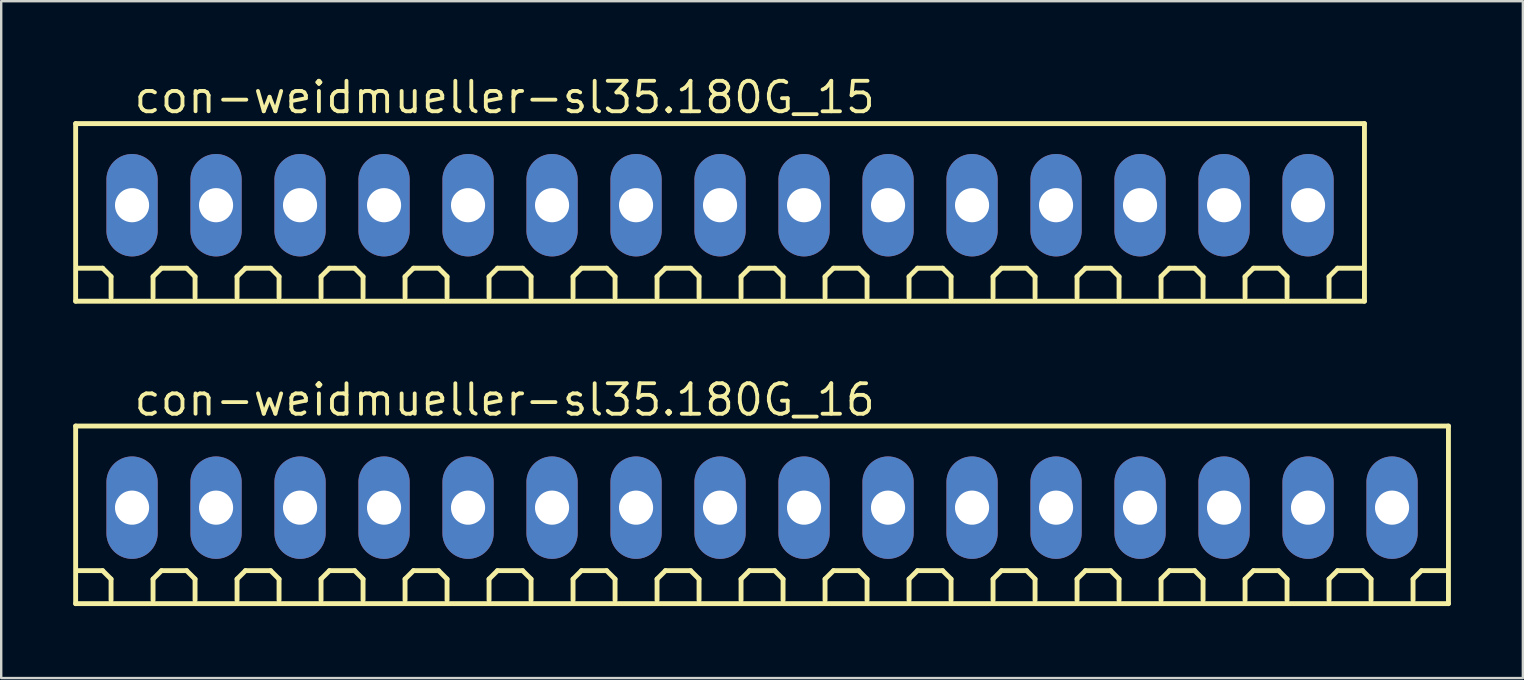
<source format=kicad_pcb>
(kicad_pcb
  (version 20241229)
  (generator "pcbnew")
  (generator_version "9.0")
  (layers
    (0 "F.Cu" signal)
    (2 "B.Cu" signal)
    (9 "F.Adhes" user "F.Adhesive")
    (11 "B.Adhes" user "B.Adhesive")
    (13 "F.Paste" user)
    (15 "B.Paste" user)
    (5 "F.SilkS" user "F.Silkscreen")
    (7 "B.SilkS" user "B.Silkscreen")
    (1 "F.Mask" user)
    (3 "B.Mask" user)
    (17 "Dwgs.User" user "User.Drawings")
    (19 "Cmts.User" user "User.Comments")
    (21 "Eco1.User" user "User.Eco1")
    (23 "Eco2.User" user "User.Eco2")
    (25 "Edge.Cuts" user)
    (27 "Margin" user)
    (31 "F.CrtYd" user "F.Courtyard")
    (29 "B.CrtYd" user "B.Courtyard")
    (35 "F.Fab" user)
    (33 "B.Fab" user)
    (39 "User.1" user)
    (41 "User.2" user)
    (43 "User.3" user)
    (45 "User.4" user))
  (footprint "con-weidmueller-sl35.180G_16"
    (layer "F.Cu")
    (at 28.702 18.102)
    (property "Reference" "con-weidmueller-sl35.180G_16" (at -26.25 -3.75 0) (layer "F.SilkS") (effects (font (size 1.27 1.27) (thickness 0.16)) (justify left bottom)))
    (attr through_hole)
    (fp_line (start -28.6 -3.4) (end 28.6 -3.4) (stroke (width 0.203) (type default)) (layer "F.SilkS"))
    (fp_line (start -28.6 4) (end -28.6 -3.4) (stroke (width 0.203) (type default)) (layer "F.SilkS"))
    (fp_line (start -27.475 2.625) (end -28.525 2.625) (stroke (width 0.203) (type default)) (layer "F.SilkS"))
    (fp_line (start -27.125 2.975) (end -27.475 2.625) (stroke (width 0.203) (type default)) (layer "F.SilkS"))
    (fp_line (start -27.125 3.85) (end -27.125 2.975) (stroke (width 0.203) (type default)) (layer "F.SilkS"))
    (fp_line (start -25.375 2.975) (end -25.025 2.625) (stroke (width 0.203) (type default)) (layer "F.SilkS"))
    (fp_line (start -25.375 3.85) (end -25.375 2.975) (stroke (width 0.203) (type default)) (layer "F.SilkS"))
    (fp_line (start -25.025 2.625) (end -23.975 2.625) (stroke (width 0.203) (type default)) (layer "F.SilkS"))
    (fp_line (start -23.975 2.625) (end -23.625 2.975) (stroke (width 0.203) (type default)) (layer "F.SilkS"))
    (fp_line (start -23.625 2.975) (end -23.625 3.85) (stroke (width 0.203) (type default)) (layer "F.SilkS"))
    (fp_line (start -21.875 2.975) (end -21.525 2.625) (stroke (width 0.203) (type default)) (layer "F.SilkS"))
    (fp_line (start -21.875 3.85) (end -21.875 2.975) (stroke (width 0.203) (type default)) (layer "F.SilkS"))
    (fp_line (start -21.525 2.625) (end -20.475 2.625) (stroke (width 0.203) (type default)) (layer "F.SilkS"))
    (fp_line (start -20.475 2.625) (end -20.125 2.975) (stroke (width 0.203) (type default)) (layer "F.SilkS"))
    (fp_line (start -20.125 2.975) (end -20.125 3.85) (stroke (width 0.203) (type default)) (layer "F.SilkS"))
    (fp_line (start -18.375 2.975) (end -18.025 2.625) (stroke (width 0.203) (type default)) (layer "F.SilkS"))
    (fp_line (start -18.375 3.85) (end -18.375 2.975) (stroke (width 0.203) (type default)) (layer "F.SilkS"))
    (fp_line (start -18.025 2.625) (end -16.975 2.625) (stroke (width 0.203) (type default)) (layer "F.SilkS"))
    (fp_line (start -16.975 2.625) (end -16.625 2.975) (stroke (width 0.203) (type default)) (layer "F.SilkS"))
    (fp_line (start -16.625 2.975) (end -16.625 3.85) (stroke (width 0.203) (type default)) (layer "F.SilkS"))
    (fp_line (start -14.875 2.975) (end -14.525 2.625) (stroke (width 0.203) (type default)) (layer "F.SilkS"))
    (fp_line (start -14.875 3.85) (end -14.875 2.975) (stroke (width 0.203) (type default)) (layer "F.SilkS"))
    (fp_line (start -14.525 2.625) (end -13.475 2.625) (stroke (width 0.203) (type default)) (layer "F.SilkS"))
    (fp_line (start -13.475 2.625) (end -13.125 2.975) (stroke (width 0.203) (type default)) (layer "F.SilkS"))
    (fp_line (start -13.125 2.975) (end -13.125 3.85) (stroke (width 0.203) (type default)) (layer "F.SilkS"))
    (fp_line (start -11.375 2.975) (end -11.025 2.625) (stroke (width 0.203) (type default)) (layer "F.SilkS"))
    (fp_line (start -11.375 3.85) (end -11.375 2.975) (stroke (width 0.203) (type default)) (layer "F.SilkS"))
    (fp_line (start -11.025 2.625) (end -9.975 2.625) (stroke (width 0.203) (type default)) (layer "F.SilkS"))
    (fp_line (start -9.975 2.625) (end -9.625 2.975) (stroke (width 0.203) (type default)) (layer "F.SilkS"))
    (fp_line (start -9.625 2.975) (end -9.625 3.85) (stroke (width 0.203) (type default)) (layer "F.SilkS"))
    (fp_line (start -7.875 2.975) (end -7.525 2.625) (stroke (width 0.203) (type default)) (layer "F.SilkS"))
    (fp_line (start -7.875 3.85) (end -7.875 2.975) (stroke (width 0.203) (type default)) (layer "F.SilkS"))
    (fp_line (start -7.525 2.625) (end -6.475 2.625) (stroke (width 0.203) (type default)) (layer "F.SilkS"))
    (fp_line (start -6.475 2.625) (end -6.125 2.975) (stroke (width 0.203) (type default)) (layer "F.SilkS"))
    (fp_line (start -6.125 2.975) (end -6.125 3.85) (stroke (width 0.203) (type default)) (layer "F.SilkS"))
    (fp_line (start -4.375 2.975) (end -4.025 2.625) (stroke (width 0.203) (type default)) (layer "F.SilkS"))
    (fp_line (start -4.375 3.85) (end -4.375 2.975) (stroke (width 0.203) (type default)) (layer "F.SilkS"))
    (fp_line (start -4.025 2.625) (end -2.975 2.625) (stroke (width 0.203) (type default)) (layer "F.SilkS"))
    (fp_line (start -2.975 2.625) (end -2.625 2.975) (stroke (width 0.203) (type default)) (layer "F.SilkS"))
    (fp_line (start -2.625 2.975) (end -2.625 3.85) (stroke (width 0.203) (type default)) (layer "F.SilkS"))
    (fp_line (start -0.875 2.975) (end -0.525 2.625) (stroke (width 0.203) (type default)) (layer "F.SilkS"))
    (fp_line (start -0.875 3.85) (end -0.875 2.975) (stroke (width 0.203) (type default)) (layer "F.SilkS"))
    (fp_line (start -0.525 2.625) (end 0.525 2.625) (stroke (width 0.203) (type default)) (layer "F.SilkS"))
    (fp_line (start 0.525 2.625) (end 0.875 2.975) (stroke (width 0.203) (type default)) (layer "F.SilkS"))
    (fp_line (start 0.875 2.975) (end 0.875 3.85) (stroke (width 0.203) (type default)) (layer "F.SilkS"))
    (fp_line (start 2.625 2.975) (end 2.975 2.625) (stroke (width 0.203) (type default)) (layer "F.SilkS"))
    (fp_line (start 2.625 3.85) (end 2.625 2.975) (stroke (width 0.203) (type default)) (layer "F.SilkS"))
    (fp_line (start 2.975 2.625) (end 4.025 2.625) (stroke (width 0.203) (type default)) (layer "F.SilkS"))
    (fp_line (start 4.025 2.625) (end 4.375 2.975) (stroke (width 0.203) (type default)) (layer "F.SilkS"))
    (fp_line (start 4.375 2.975) (end 4.375 3.85) (stroke (width 0.203) (type default)) (layer "F.SilkS"))
    (fp_line (start 6.125 2.975) (end 6.475 2.625) (stroke (width 0.203) (type default)) (layer "F.SilkS"))
    (fp_line (start 6.125 3.85) (end 6.125 2.975) (stroke (width 0.203) (type default)) (layer "F.SilkS"))
    (fp_line (start 6.475 2.625) (end 7.525 2.625) (stroke (width 0.203) (type default)) (layer "F.SilkS"))
    (fp_line (start 7.525 2.625) (end 7.875 2.975) (stroke (width 0.203) (type default)) (layer "F.SilkS"))
    (fp_line (start 7.875 2.975) (end 7.875 3.85) (stroke (width 0.203) (type default)) (layer "F.SilkS"))
    (fp_line (start 9.625 2.975) (end 9.975 2.625) (stroke (width 0.203) (type default)) (layer "F.SilkS"))
    (fp_line (start 9.625 3.85) (end 9.625 2.975) (stroke (width 0.203) (type default)) (layer "F.SilkS"))
    (fp_line (start 9.975 2.625) (end 11.025 2.625) (stroke (width 0.203) (type default)) (layer "F.SilkS"))
    (fp_line (start 11.025 2.625) (end 11.375 2.975) (stroke (width 0.203) (type default)) (layer "F.SilkS"))
    (fp_line (start 11.375 2.975) (end 11.375 3.85) (stroke (width 0.203) (type default)) (layer "F.SilkS"))
    (fp_line (start 13.125 2.975) (end 13.475 2.625) (stroke (width 0.203) (type default)) (layer "F.SilkS"))
    (fp_line (start 13.125 3.85) (end 13.125 2.975) (stroke (width 0.203) (type default)) (layer "F.SilkS"))
    (fp_line (start 13.475 2.625) (end 14.525 2.625) (stroke (width 0.203) (type default)) (layer "F.SilkS"))
    (fp_line (start 14.525 2.625) (end 14.875 2.975) (stroke (width 0.203) (type default)) (layer "F.SilkS"))
    (fp_line (start 14.875 2.975) (end 14.875 3.85) (stroke (width 0.203) (type default)) (layer "F.SilkS"))
    (fp_line (start 16.625 2.975) (end 16.975 2.625) (stroke (width 0.203) (type default)) (layer "F.SilkS"))
    (fp_line (start 16.625 3.85) (end 16.625 2.975) (stroke (width 0.203) (type default)) (layer "F.SilkS"))
    (fp_line (start 16.975 2.625) (end 18.025 2.625) (stroke (width 0.203) (type default)) (layer "F.SilkS"))
    (fp_line (start 18.025 2.625) (end 18.375 2.975) (stroke (width 0.203) (type default)) (layer "F.SilkS"))
    (fp_line (start 18.375 2.975) (end 18.375 3.85) (stroke (width 0.203) (type default)) (layer "F.SilkS"))
    (fp_line (start 20.125 2.975) (end 20.475 2.625) (stroke (width 0.203) (type default)) (layer "F.SilkS"))
    (fp_line (start 20.125 3.85) (end 20.125 2.975) (stroke (width 0.203) (type default)) (layer "F.SilkS"))
    (fp_line (start 20.475 2.625) (end 21.525 2.625) (stroke (width 0.203) (type default)) (layer "F.SilkS"))
    (fp_line (start 21.525 2.625) (end 21.875 2.975) (stroke (width 0.203) (type default)) (layer "F.SilkS"))
    (fp_line (start 21.875 2.975) (end 21.875 3.85) (stroke (width 0.203) (type default)) (layer "F.SilkS"))
    (fp_line (start 23.625 2.975) (end 23.975 2.625) (stroke (width 0.203) (type default)) (layer "F.SilkS"))
    (fp_line (start 23.625 3.85) (end 23.625 2.975) (stroke (width 0.203) (type default)) (layer "F.SilkS"))
    (fp_line (start 23.975 2.625) (end 25.025 2.625) (stroke (width 0.203) (type default)) (layer "F.SilkS"))
    (fp_line (start 25.025 2.625) (end 25.375 2.975) (stroke (width 0.203) (type default)) (layer "F.SilkS"))
    (fp_line (start 25.375 2.975) (end 25.375 3.85) (stroke (width 0.203) (type default)) (layer "F.SilkS"))
    (fp_line (start 27.125 2.975) (end 27.475 2.625) (stroke (width 0.203) (type default)) (layer "F.SilkS"))
    (fp_line (start 27.125 3.85) (end 27.125 2.975) (stroke (width 0.203) (type default)) (layer "F.SilkS"))
    (fp_line (start 28.525 2.625) (end 27.475 2.625) (stroke (width 0.203) (type default)) (layer "F.SilkS"))
    (fp_line (start 28.6 -3.4) (end 28.6 4) (stroke (width 0.203) (type default)) (layer "F.SilkS"))
    (fp_line (start 28.6 4) (end -28.6 4) (stroke (width 0.203) (type default)) (layer "F.SilkS"))
    (pad "1" thru_hole oval (at -26.25 0 90) (size 4.267 2.134) (drill 1.422) (layers "*.Cu" "*.Mask"))
    (pad "2" thru_hole oval (at -22.75 0 90) (size 4.267 2.134) (drill 1.422) (layers "*.Cu" "*.Mask"))
    (pad "3" thru_hole oval (at -19.25 0 90) (size 4.267 2.134) (drill 1.422) (layers "*.Cu" "*.Mask"))
    (pad "4" thru_hole oval (at -15.75 0 90) (size 4.267 2.134) (drill 1.422) (layers "*.Cu" "*.Mask"))
    (pad "5" thru_hole oval (at -12.25 0 90) (size 4.267 2.134) (drill 1.422) (layers "*.Cu" "*.Mask"))
    (pad "6" thru_hole oval (at -8.75 0 90) (size 4.267 2.134) (drill 1.422) (layers "*.Cu" "*.Mask"))
    (pad "7" thru_hole oval (at -5.25 0 90) (size 4.267 2.134) (drill 1.422) (layers "*.Cu" "*.Mask"))
    (pad "8" thru_hole oval (at -1.75 0 90) (size 4.267 2.134) (drill 1.422) (layers "*.Cu" "*.Mask"))
    (pad "9" thru_hole oval (at 1.75 0 90) (size 4.267 2.134) (drill 1.422) (layers "*.Cu" "*.Mask"))
    (pad "10" thru_hole oval (at 5.25 0 90) (size 4.267 2.134) (drill 1.422) (layers "*.Cu" "*.Mask"))
    (pad "11" thru_hole oval (at 8.75 0 90) (size 4.267 2.134) (drill 1.422) (layers "*.Cu" "*.Mask"))
    (pad "12" thru_hole oval (at 12.25 0 90) (size 4.267 2.134) (drill 1.422) (layers "*.Cu" "*.Mask"))
    (pad "13" thru_hole oval (at 15.75 0 90) (size 4.267 2.134) (drill 1.422) (layers "*.Cu" "*.Mask"))
    (pad "14" thru_hole oval (at 19.25 0 90) (size 4.267 2.134) (drill 1.422) (layers "*.Cu" "*.Mask"))
    (pad "15" thru_hole oval (at 22.75 0 90) (size 4.267 2.134) (drill 1.422) (layers "*.Cu" "*.Mask"))
    (pad "16" thru_hole oval (at 26.25 0 90) (size 4.267 2.134) (drill 1.422) (layers "*.Cu" "*.Mask")))
  (footprint "con-weidmueller-sl35.180G_15"
    (layer "F.Cu")
    (at 26.952 5.5)
    (property "Reference" "con-weidmueller-sl35.180G_15" (at -24.5 -3.75 0) (layer "F.SilkS") (effects (font (size 1.27 1.27) (thickness 0.16)) (justify left bottom)))
    (attr through_hole)
    (fp_line (start -26.85 -3.4) (end 26.85 -3.4) (stroke (width 0.203) (type default)) (layer "F.SilkS"))
    (fp_line (start -26.85 4) (end -26.85 -3.4) (stroke (width 0.203) (type default)) (layer "F.SilkS"))
    (fp_line (start -25.725 2.625) (end -26.775 2.625) (stroke (width 0.203) (type default)) (layer "F.SilkS"))
    (fp_line (start -25.375 2.975) (end -25.725 2.625) (stroke (width 0.203) (type default)) (layer "F.SilkS"))
    (fp_line (start -25.375 3.85) (end -25.375 2.975) (stroke (width 0.203) (type default)) (layer "F.SilkS"))
    (fp_line (start -23.625 2.975) (end -23.275 2.625) (stroke (width 0.203) (type default)) (layer "F.SilkS"))
    (fp_line (start -23.625 3.85) (end -23.625 2.975) (stroke (width 0.203) (type default)) (layer "F.SilkS"))
    (fp_line (start -23.275 2.625) (end -22.225 2.625) (stroke (width 0.203) (type default)) (layer "F.SilkS"))
    (fp_line (start -22.225 2.625) (end -21.875 2.975) (stroke (width 0.203) (type default)) (layer "F.SilkS"))
    (fp_line (start -21.875 2.975) (end -21.875 3.85) (stroke (width 0.203) (type default)) (layer "F.SilkS"))
    (fp_line (start -20.125 2.975) (end -19.775 2.625) (stroke (width 0.203) (type default)) (layer "F.SilkS"))
    (fp_line (start -20.125 3.85) (end -20.125 2.975) (stroke (width 0.203) (type default)) (layer "F.SilkS"))
    (fp_line (start -19.775 2.625) (end -18.725 2.625) (stroke (width 0.203) (type default)) (layer "F.SilkS"))
    (fp_line (start -18.725 2.625) (end -18.375 2.975) (stroke (width 0.203) (type default)) (layer "F.SilkS"))
    (fp_line (start -18.375 2.975) (end -18.375 3.85) (stroke (width 0.203) (type default)) (layer "F.SilkS"))
    (fp_line (start -16.625 2.975) (end -16.275 2.625) (stroke (width 0.203) (type default)) (layer "F.SilkS"))
    (fp_line (start -16.625 3.85) (end -16.625 2.975) (stroke (width 0.203) (type default)) (layer "F.SilkS"))
    (fp_line (start -16.275 2.625) (end -15.225 2.625) (stroke (width 0.203) (type default)) (layer "F.SilkS"))
    (fp_line (start -15.225 2.625) (end -14.875 2.975) (stroke (width 0.203) (type default)) (layer "F.SilkS"))
    (fp_line (start -14.875 2.975) (end -14.875 3.85) (stroke (width 0.203) (type default)) (layer "F.SilkS"))
    (fp_line (start -13.125 2.975) (end -12.775 2.625) (stroke (width 0.203) (type default)) (layer "F.SilkS"))
    (fp_line (start -13.125 3.85) (end -13.125 2.975) (stroke (width 0.203) (type default)) (layer "F.SilkS"))
    (fp_line (start -12.775 2.625) (end -11.725 2.625) (stroke (width 0.203) (type default)) (layer "F.SilkS"))
    (fp_line (start -11.725 2.625) (end -11.375 2.975) (stroke (width 0.203) (type default)) (layer "F.SilkS"))
    (fp_line (start -11.375 2.975) (end -11.375 3.85) (stroke (width 0.203) (type default)) (layer "F.SilkS"))
    (fp_line (start -9.625 2.975) (end -9.275 2.625) (stroke (width 0.203) (type default)) (layer "F.SilkS"))
    (fp_line (start -9.625 3.85) (end -9.625 2.975) (stroke (width 0.203) (type default)) (layer "F.SilkS"))
    (fp_line (start -9.275 2.625) (end -8.225 2.625) (stroke (width 0.203) (type default)) (layer "F.SilkS"))
    (fp_line (start -8.225 2.625) (end -7.875 2.975) (stroke (width 0.203) (type default)) (layer "F.SilkS"))
    (fp_line (start -7.875 2.975) (end -7.875 3.85) (stroke (width 0.203) (type default)) (layer "F.SilkS"))
    (fp_line (start -6.125 2.975) (end -5.775 2.625) (stroke (width 0.203) (type default)) (layer "F.SilkS"))
    (fp_line (start -6.125 3.85) (end -6.125 2.975) (stroke (width 0.203) (type default)) (layer "F.SilkS"))
    (fp_line (start -5.775 2.625) (end -4.725 2.625) (stroke (width 0.203) (type default)) (layer "F.SilkS"))
    (fp_line (start -4.725 2.625) (end -4.375 2.975) (stroke (width 0.203) (type default)) (layer "F.SilkS"))
    (fp_line (start -4.375 2.975) (end -4.375 3.85) (stroke (width 0.203) (type default)) (layer "F.SilkS"))
    (fp_line (start -2.625 2.975) (end -2.275 2.625) (stroke (width 0.203) (type default)) (layer "F.SilkS"))
    (fp_line (start -2.625 3.85) (end -2.625 2.975) (stroke (width 0.203) (type default)) (layer "F.SilkS"))
    (fp_line (start -2.275 2.625) (end -1.225 2.625) (stroke (width 0.203) (type default)) (layer "F.SilkS"))
    (fp_line (start -1.225 2.625) (end -0.875 2.975) (stroke (width 0.203) (type default)) (layer "F.SilkS"))
    (fp_line (start -0.875 2.975) (end -0.875 3.85) (stroke (width 0.203) (type default)) (layer "F.SilkS"))
    (fp_line (start 0.875 2.975) (end 1.225 2.625) (stroke (width 0.203) (type default)) (layer "F.SilkS"))
    (fp_line (start 0.875 3.85) (end 0.875 2.975) (stroke (width 0.203) (type default)) (layer "F.SilkS"))
    (fp_line (start 1.225 2.625) (end 2.275 2.625) (stroke (width 0.203) (type default)) (layer "F.SilkS"))
    (fp_line (start 2.275 2.625) (end 2.625 2.975) (stroke (width 0.203) (type default)) (layer "F.SilkS"))
    (fp_line (start 2.625 2.975) (end 2.625 3.85) (stroke (width 0.203) (type default)) (layer "F.SilkS"))
    (fp_line (start 4.375 2.975) (end 4.725 2.625) (stroke (width 0.203) (type default)) (layer "F.SilkS"))
    (fp_line (start 4.375 3.85) (end 4.375 2.975) (stroke (width 0.203) (type default)) (layer "F.SilkS"))
    (fp_line (start 4.725 2.625) (end 5.775 2.625) (stroke (width 0.203) (type default)) (layer "F.SilkS"))
    (fp_line (start 5.775 2.625) (end 6.125 2.975) (stroke (width 0.203) (type default)) (layer "F.SilkS"))
    (fp_line (start 6.125 2.975) (end 6.125 3.85) (stroke (width 0.203) (type default)) (layer "F.SilkS"))
    (fp_line (start 7.875 2.975) (end 8.225 2.625) (stroke (width 0.203) (type default)) (layer "F.SilkS"))
    (fp_line (start 7.875 3.85) (end 7.875 2.975) (stroke (width 0.203) (type default)) (layer "F.SilkS"))
    (fp_line (start 8.225 2.625) (end 9.275 2.625) (stroke (width 0.203) (type default)) (layer "F.SilkS"))
    (fp_line (start 9.275 2.625) (end 9.625 2.975) (stroke (width 0.203) (type default)) (layer "F.SilkS"))
    (fp_line (start 9.625 2.975) (end 9.625 3.85) (stroke (width 0.203) (type default)) (layer "F.SilkS"))
    (fp_line (start 11.375 2.975) (end 11.725 2.625) (stroke (width 0.203) (type default)) (layer "F.SilkS"))
    (fp_line (start 11.375 3.85) (end 11.375 2.975) (stroke (width 0.203) (type default)) (layer "F.SilkS"))
    (fp_line (start 11.725 2.625) (end 12.775 2.625) (stroke (width 0.203) (type default)) (layer "F.SilkS"))
    (fp_line (start 12.775 2.625) (end 13.125 2.975) (stroke (width 0.203) (type default)) (layer "F.SilkS"))
    (fp_line (start 13.125 2.975) (end 13.125 3.85) (stroke (width 0.203) (type default)) (layer "F.SilkS"))
    (fp_line (start 14.875 2.975) (end 15.225 2.625) (stroke (width 0.203) (type default)) (layer "F.SilkS"))
    (fp_line (start 14.875 3.85) (end 14.875 2.975) (stroke (width 0.203) (type default)) (layer "F.SilkS"))
    (fp_line (start 15.225 2.625) (end 16.275 2.625) (stroke (width 0.203) (type default)) (layer "F.SilkS"))
    (fp_line (start 16.275 2.625) (end 16.625 2.975) (stroke (width 0.203) (type default)) (layer "F.SilkS"))
    (fp_line (start 16.625 2.975) (end 16.625 3.85) (stroke (width 0.203) (type default)) (layer "F.SilkS"))
    (fp_line (start 18.375 2.975) (end 18.725 2.625) (stroke (width 0.203) (type default)) (layer "F.SilkS"))
    (fp_line (start 18.375 3.85) (end 18.375 2.975) (stroke (width 0.203) (type default)) (layer "F.SilkS"))
    (fp_line (start 18.725 2.625) (end 19.775 2.625) (stroke (width 0.203) (type default)) (layer "F.SilkS"))
    (fp_line (start 19.775 2.625) (end 20.125 2.975) (stroke (width 0.203) (type default)) (layer "F.SilkS"))
    (fp_line (start 20.125 2.975) (end 20.125 3.85) (stroke (width 0.203) (type default)) (layer "F.SilkS"))
    (fp_line (start 21.875 2.975) (end 22.225 2.625) (stroke (width 0.203) (type default)) (layer "F.SilkS"))
    (fp_line (start 21.875 3.85) (end 21.875 2.975) (stroke (width 0.203) (type default)) (layer "F.SilkS"))
    (fp_line (start 22.225 2.625) (end 23.275 2.625) (stroke (width 0.203) (type default)) (layer "F.SilkS"))
    (fp_line (start 23.275 2.625) (end 23.625 2.975) (stroke (width 0.203) (type default)) (layer "F.SilkS"))
    (fp_line (start 23.625 2.975) (end 23.625 3.85) (stroke (width 0.203) (type default)) (layer "F.SilkS"))
    (fp_line (start 25.375 2.975) (end 25.725 2.625) (stroke (width 0.203) (type default)) (layer "F.SilkS"))
    (fp_line (start 25.375 3.85) (end 25.375 2.975) (stroke (width 0.203) (type default)) (layer "F.SilkS"))
    (fp_line (start 26.775 2.625) (end 25.725 2.625) (stroke (width 0.203) (type default)) (layer "F.SilkS"))
    (fp_line (start 26.85 -3.4) (end 26.85 4) (stroke (width 0.203) (type default)) (layer "F.SilkS"))
    (fp_line (start 26.85 4) (end -26.85 4) (stroke (width 0.203) (type default)) (layer "F.SilkS"))
    (pad "1" thru_hole oval (at -24.5 0 90) (size 4.267 2.134) (drill 1.422) (layers "*.Cu" "*.Mask"))
    (pad "2" thru_hole oval (at -21 0 90) (size 4.267 2.134) (drill 1.422) (layers "*.Cu" "*.Mask"))
    (pad "3" thru_hole oval (at -17.5 0 90) (size 4.267 2.134) (drill 1.422) (layers "*.Cu" "*.Mask"))
    (pad "4" thru_hole oval (at -14 0 90) (size 4.267 2.134) (drill 1.422) (layers "*.Cu" "*.Mask"))
    (pad "5" thru_hole oval (at -10.5 0 90) (size 4.267 2.134) (drill 1.422) (layers "*.Cu" "*.Mask"))
    (pad "6" thru_hole oval (at -7 0 90) (size 4.267 2.134) (drill 1.422) (layers "*.Cu" "*.Mask"))
    (pad "7" thru_hole oval (at -3.5 0 90) (size 4.267 2.134) (drill 1.422) (layers "*.Cu" "*.Mask"))
    (pad "8" thru_hole oval (at 0 0 90) (size 4.267 2.134) (drill 1.422) (layers "*.Cu" "*.Mask"))
    (pad "9" thru_hole oval (at 3.5 0 90) (size 4.267 2.134) (drill 1.422) (layers "*.Cu" "*.Mask"))
    (pad "10" thru_hole oval (at 7 0 90) (size 4.267 2.134) (drill 1.422) (layers "*.Cu" "*.Mask"))
    (pad "11" thru_hole oval (at 10.5 0 90) (size 4.267 2.134) (drill 1.422) (layers "*.Cu" "*.Mask"))
    (pad "12" thru_hole oval (at 14 0 90) (size 4.267 2.134) (drill 1.422) (layers "*.Cu" "*.Mask"))
    (pad "13" thru_hole oval (at 17.5 0 90) (size 4.267 2.134) (drill 1.422) (layers "*.Cu" "*.Mask"))
    (pad "14" thru_hole oval (at 21 0 90) (size 4.267 2.134) (drill 1.422) (layers "*.Cu" "*.Mask"))
    (pad "15" thru_hole oval (at 24.5 0 90) (size 4.267 2.134) (drill 1.422) (layers "*.Cu" "*.Mask")))
  (gr_rect
    (start -3 -3)
    (end 60.403 25.203)
    (stroke (width 0.1) (type default))
    (fill no)
    (layer "Edge.Cuts")))
</source>
